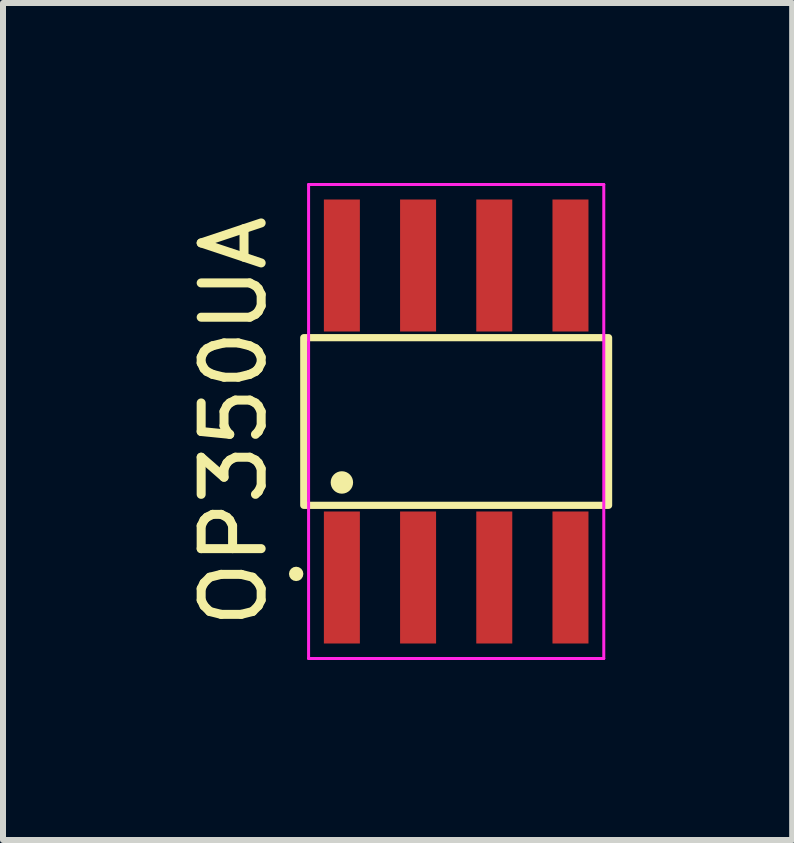
<source format=kicad_pcb>
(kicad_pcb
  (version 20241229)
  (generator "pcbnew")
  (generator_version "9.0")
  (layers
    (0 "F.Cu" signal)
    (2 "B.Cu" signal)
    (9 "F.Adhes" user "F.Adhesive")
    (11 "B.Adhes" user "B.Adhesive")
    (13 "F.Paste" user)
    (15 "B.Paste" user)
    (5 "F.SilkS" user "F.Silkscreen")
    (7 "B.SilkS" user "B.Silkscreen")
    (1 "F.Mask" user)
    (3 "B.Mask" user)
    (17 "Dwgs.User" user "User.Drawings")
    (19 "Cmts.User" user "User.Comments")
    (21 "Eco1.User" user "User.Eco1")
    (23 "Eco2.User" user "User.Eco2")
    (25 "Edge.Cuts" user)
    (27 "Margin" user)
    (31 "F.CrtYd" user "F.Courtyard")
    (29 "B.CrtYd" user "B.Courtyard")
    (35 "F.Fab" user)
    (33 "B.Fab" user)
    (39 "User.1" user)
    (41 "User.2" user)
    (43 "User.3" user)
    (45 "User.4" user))
  (footprint "OP350UA"
    (layer "F.Cu")
    (at 4.553 3.975)
    (property "Reference" "OP350UA" (at -3.705 0 90) (layer "F.SilkS") (effects (font (size 1 1) (thickness 0.15))))
    (attr through_hole)
    (fp_rect (start -2.54 -1.397) (end 2.54 1.397) (stroke (width 0.12) (type solid)) (fill no) (layer "F.SilkS"))
    (fp_circle (center -2.667 2.54) (end -2.667 2.54) (stroke (width 0.12) (type solid)) (fill no) (layer "F.SilkS"))
    (fp_circle (center -1.905 1.016) (end -1.778 1.016) (stroke (width 0.12) (type solid)) (fill yes) (layer "F.SilkS"))
    (fp_line (start -2.46 -3.95) (end 2.46 -3.95) (stroke (width 0.05) (type solid)) (layer "F.CrtYd"))
    (fp_line (start -2.46 3.95) (end -2.46 -3.95) (stroke (width 0.05) (type solid)) (layer "F.CrtYd"))
    (fp_line (start 2.46 -3.95) (end 2.46 3.95) (stroke (width 0.05) (type solid)) (layer "F.CrtYd"))
    (fp_line (start 2.46 3.95) (end -2.46 3.95) (stroke (width 0.05) (type solid)) (layer "F.CrtYd"))
    (pad "1" smd rect (at -1.905 2.6) (size 0.6 2.2) (layers "F.Cu" "F.Mask" "F.Paste"))
    (pad "2" smd rect (at -0.635 2.6) (size 0.6 2.2) (layers "F.Cu" "F.Mask" "F.Paste"))
    (pad "3" smd rect (at 0.635 2.6) (size 0.6 2.2) (layers "F.Cu" "F.Mask" "F.Paste"))
    (pad "4" smd rect (at 1.905 2.6) (size 0.6 2.2) (layers "F.Cu" "F.Mask" "F.Paste"))
    (pad "5" smd rect (at 1.905 -2.6) (size 0.6 2.2) (layers "F.Cu" "F.Mask" "F.Paste"))
    (pad "6" smd rect (at 0.635 -2.6) (size 0.6 2.2) (layers "F.Cu" "F.Mask" "F.Paste"))
    (pad "7" smd rect (at -0.635 -2.6) (size 0.6 2.2) (layers "F.Cu" "F.Mask" "F.Paste"))
    (pad "8" smd rect (at -1.905 -2.6) (size 0.6 2.2) (layers "F.Cu" "F.Mask" "F.Paste")))
  (gr_rect
    (start -3 -3)
    (end 10.153 10.95)
    (stroke (width 0.1) (type default))
    (fill no)
    (layer "Edge.Cuts")))
</source>
